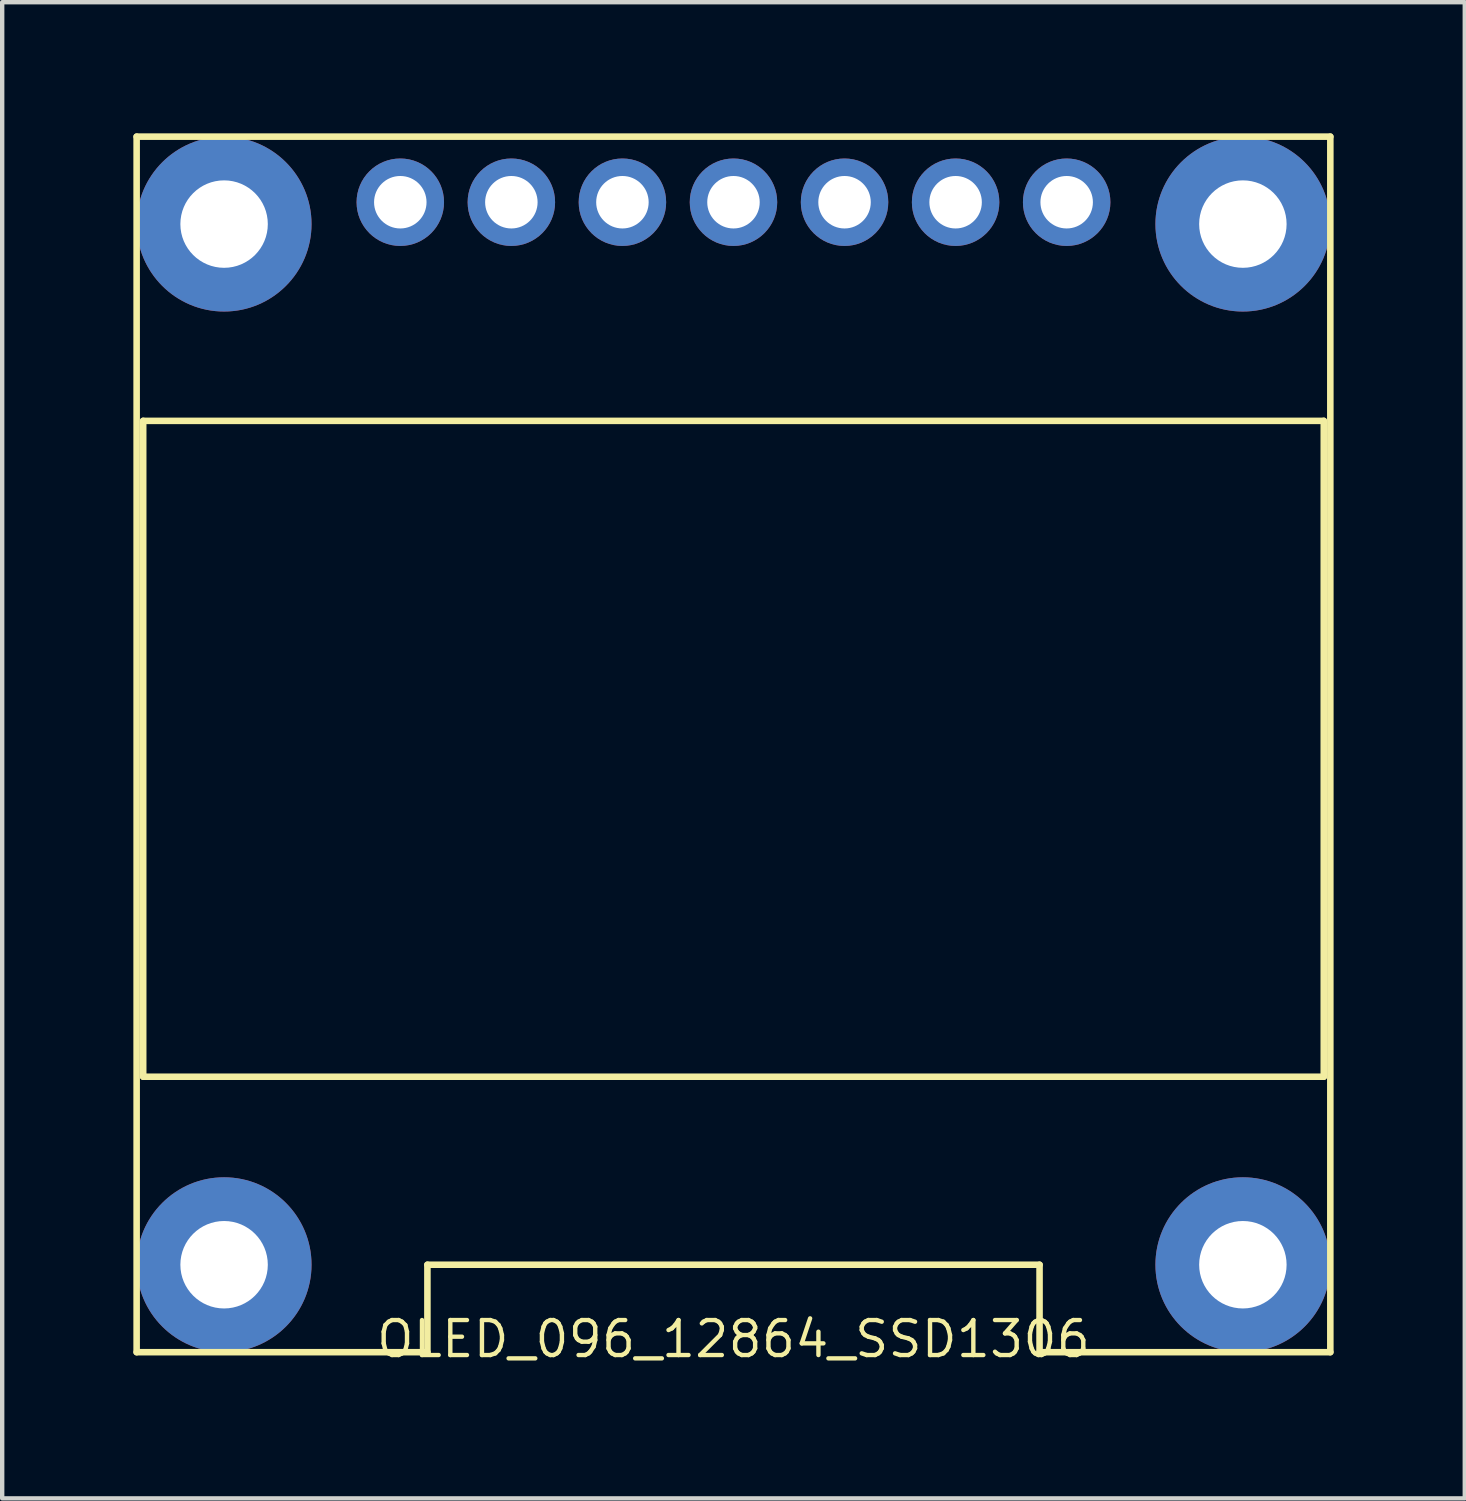
<source format=kicad_pcb>
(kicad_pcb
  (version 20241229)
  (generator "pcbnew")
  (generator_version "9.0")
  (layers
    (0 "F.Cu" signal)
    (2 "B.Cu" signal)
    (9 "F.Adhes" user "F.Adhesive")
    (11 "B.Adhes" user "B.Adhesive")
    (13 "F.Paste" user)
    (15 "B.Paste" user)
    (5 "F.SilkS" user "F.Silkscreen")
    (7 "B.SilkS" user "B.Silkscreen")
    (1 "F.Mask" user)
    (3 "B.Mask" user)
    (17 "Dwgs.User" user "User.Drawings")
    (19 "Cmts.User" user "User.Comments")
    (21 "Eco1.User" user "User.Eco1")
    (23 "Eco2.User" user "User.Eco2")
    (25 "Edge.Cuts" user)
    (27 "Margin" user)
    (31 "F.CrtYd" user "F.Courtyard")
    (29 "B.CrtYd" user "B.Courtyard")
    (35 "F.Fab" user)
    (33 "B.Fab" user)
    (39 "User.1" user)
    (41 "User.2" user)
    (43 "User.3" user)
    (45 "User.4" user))
  (footprint "OLED_096_12864_SSD1306"
    (layer "F.Cu")
    (at 13.725 1.575)
    (property "Reference" "OLED_096_12864_SSD1306" (at 0 26 0) (layer "F.SilkS") (effects (font (size 0.8 0.8) (thickness 0.1))))
    (attr through_hole)
    (fp_line (start -13.65 -1.5) (end -13.65 26.3) (stroke (width 0.15) (type solid)) (layer "F.SilkS"))
    (fp_line (start -13.65 -1.5) (end 13.65 -1.5) (stroke (width 0.15) (type solid)) (layer "F.SilkS"))
    (fp_line (start -13.65 26.3) (end -7 26.3) (stroke (width 0.15) (type solid)) (layer "F.SilkS"))
    (fp_line (start -13.5 5) (end -13.5 20) (stroke (width 0.15) (type solid)) (layer "F.SilkS"))
    (fp_line (start -13.5 20) (end 13.5 20) (stroke (width 0.15) (type solid)) (layer "F.SilkS"))
    (fp_line (start -7 24.3) (end 7 24.3) (stroke (width 0.15) (type solid)) (layer "F.SilkS"))
    (fp_line (start -7 26.3) (end -7 24.3) (stroke (width 0.15) (type solid)) (layer "F.SilkS"))
    (fp_line (start 7 26.3) (end 7 24.3) (stroke (width 0.15) (type solid)) (layer "F.SilkS"))
    (fp_line (start 13.5 5) (end -13.5 5) (stroke (width 0.15) (type solid)) (layer "F.SilkS"))
    (fp_line (start 13.5 20) (end 13.5 5) (stroke (width 0.15) (type solid)) (layer "F.SilkS"))
    (fp_line (start 13.65 -1.5) (end 13.65 26.3) (stroke (width 0.15) (type solid)) (layer "F.SilkS"))
    (fp_line (start 13.65 26.3) (end 7 26.3) (stroke (width 0.15) (type solid)) (layer "F.SilkS"))
    (pad "1" thru_hole circle (at -7.62 0) (size 2 2) (drill 1.2) (layers "*.Cu" "*.Mask"))
    (pad "1~" thru_hole circle (at -11.65 0.5) (size 4 4) (drill 2) (layers "*.Cu" "*.Mask"))
    (pad "1~" thru_hole circle (at -11.65 24.3) (size 4 4) (drill 2) (layers "*.Cu" "*.Mask"))
    (pad "1~" thru_hole circle (at 11.65 0.5) (size 4 4) (drill 2) (layers "*.Cu" "*.Mask"))
    (pad "1~" thru_hole circle (at 11.65 24.3) (size 4 4) (drill 2) (layers "*.Cu" "*.Mask"))
    (pad "2" thru_hole circle (at -5.08 0) (size 2 2) (drill 1.2) (layers "*.Cu" "*.Mask"))
    (pad "3" thru_hole circle (at -2.54 0) (size 2 2) (drill 1.2) (layers "*.Cu" "*.Mask"))
    (pad "4" thru_hole circle (at 0 0) (size 2 2) (drill 1.2) (layers "*.Cu" "*.Mask"))
    (pad "5" thru_hole circle (at 2.54 0) (size 2 2) (drill 1.2) (layers "*.Cu" "*.Mask"))
    (pad "6" thru_hole circle (at 5.08 0) (size 2 2) (drill 1.2) (layers "*.Cu" "*.Mask"))
    (pad "7" thru_hole circle (at 7.62 0) (size 2 2) (drill 1.2) (layers "*.Cu" "*.Mask")))
  (gr_rect
    (start -3 -3)
    (end 30.45 31.218)
    (stroke (width 0.1) (type default))
    (fill no)
    (layer "Edge.Cuts")))
</source>
